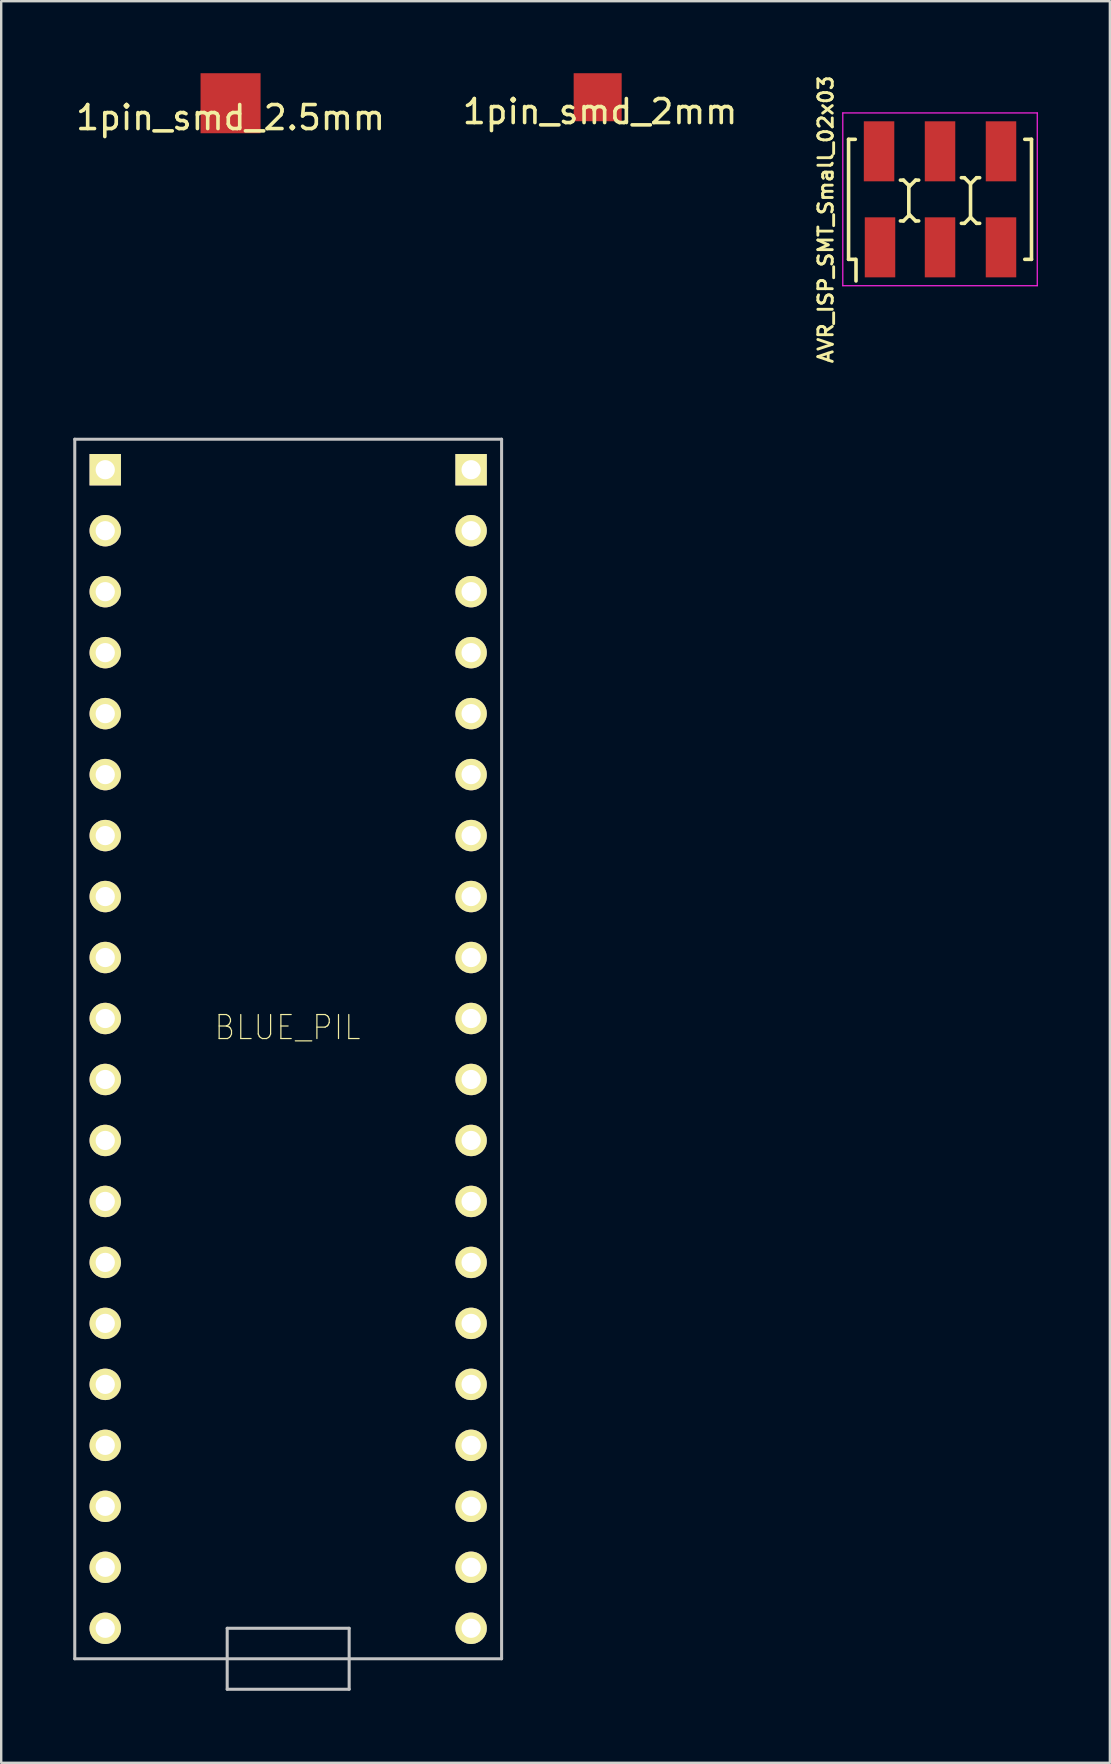
<source format=kicad_pcb>
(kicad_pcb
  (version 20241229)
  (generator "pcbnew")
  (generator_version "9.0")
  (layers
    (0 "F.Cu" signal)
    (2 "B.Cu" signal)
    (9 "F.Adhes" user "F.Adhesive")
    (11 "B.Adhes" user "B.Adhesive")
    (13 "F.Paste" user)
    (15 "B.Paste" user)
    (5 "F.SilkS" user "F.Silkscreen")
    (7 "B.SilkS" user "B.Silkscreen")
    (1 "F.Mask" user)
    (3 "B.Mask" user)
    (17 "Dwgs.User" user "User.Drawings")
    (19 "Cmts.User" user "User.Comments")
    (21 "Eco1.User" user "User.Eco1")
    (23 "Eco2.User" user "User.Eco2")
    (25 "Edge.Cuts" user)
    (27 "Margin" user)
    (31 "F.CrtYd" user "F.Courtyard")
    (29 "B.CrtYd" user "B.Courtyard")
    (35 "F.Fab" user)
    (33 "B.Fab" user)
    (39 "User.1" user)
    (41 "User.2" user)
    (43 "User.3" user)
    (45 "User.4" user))
  (footprint "1pin_smd_2mm"
    (layer "F.Cu")
    (at 21.946 1.1)
    (property "Reference" "1pin_smd_2mm" (at 0 0.5 0) (layer "F.SilkS") (effects (font (size 1 1) (thickness 0.15))))
    (attr through_hole)
    (pad "1" smd rect (at -0.1 -0.1) (size 2 2) (layers "F.Cu" "F.Mask" "F.Paste")))
  (footprint "AVR_ISP_SMT_Small_02x03"
    (layer "F.Cu")
    (at 36.107 5.253)
    (property "Reference" "AVR_ISP_SMT_Small_02x03" (at -4.76 0.838 90) (layer "F.SilkS") (effects (font (size 0.6 0.6) (thickness 0.12))))
    (attr smd)
    (fp_line (start -3.81 -2.5) (end -3.81 2.5) (stroke (width 0.15) (type solid)) (layer "F.SilkS"))
    (fp_line (start -3.81 -2.5) (end -3.53 -2.5) (stroke (width 0.15) (type solid)) (layer "F.SilkS"))
    (fp_line (start -3.81 2.5) (end -3.53 2.5) (stroke (width 0.15) (type solid)) (layer "F.SilkS"))
    (fp_line (start -3.5 2.5) (end -3.5 3.4) (stroke (width 0.15) (type solid)) (layer "F.SilkS"))
    (fp_line (start -1.651 -0.8) (end -1.524 -0.8) (stroke (width 0.15) (type solid)) (layer "F.SilkS"))
    (fp_line (start -1.524 -0.8) (end -1.27 -0.546) (stroke (width 0.15) (type solid)) (layer "F.SilkS"))
    (fp_line (start -1.524 0.9) (end -1.651 0.9) (stroke (width 0.15) (type solid)) (layer "F.SilkS"))
    (fp_line (start -1.3 0.7) (end -1.3 -0.6) (stroke (width 0.15) (type solid)) (layer "F.SilkS"))
    (fp_line (start -1.27 -0.546) (end -1.016 -0.8) (stroke (width 0.15) (type solid)) (layer "F.SilkS"))
    (fp_line (start -1.27 0.646) (end -1.524 0.9) (stroke (width 0.15) (type solid)) (layer "F.SilkS"))
    (fp_line (start -1.016 -0.8) (end -0.889 -0.8) (stroke (width 0.15) (type solid)) (layer "F.SilkS"))
    (fp_line (start -1.016 0.9) (end -1.27 0.646) (stroke (width 0.15) (type solid)) (layer "F.SilkS"))
    (fp_line (start -0.889 0.9) (end -1.016 0.9) (stroke (width 0.15) (type solid)) (layer "F.SilkS"))
    (fp_line (start 0.889 -0.9) (end 1.016 -0.9) (stroke (width 0.15) (type solid)) (layer "F.SilkS"))
    (fp_line (start 1.016 -0.9) (end 1.27 -0.646) (stroke (width 0.15) (type solid)) (layer "F.SilkS"))
    (fp_line (start 1.016 1) (end 0.889 1) (stroke (width 0.15) (type solid)) (layer "F.SilkS"))
    (fp_line (start 1.27 -0.646) (end 1.524 -0.9) (stroke (width 0.15) (type solid)) (layer "F.SilkS"))
    (fp_line (start 1.27 0.7) (end 1.27 -0.602) (stroke (width 0.15) (type solid)) (layer "F.SilkS"))
    (fp_line (start 1.27 0.746) (end 1.016 1) (stroke (width 0.15) (type solid)) (layer "F.SilkS"))
    (fp_line (start 1.524 -0.9) (end 1.651 -0.9) (stroke (width 0.15) (type solid)) (layer "F.SilkS"))
    (fp_line (start 1.524 1) (end 1.27 0.746) (stroke (width 0.15) (type solid)) (layer "F.SilkS"))
    (fp_line (start 1.651 1) (end 1.524 1) (stroke (width 0.15) (type solid)) (layer "F.SilkS"))
    (fp_line (start 3.81 -2.5) (end 3.53 -2.5) (stroke (width 0.15) (type solid)) (layer "F.SilkS"))
    (fp_line (start 3.81 -2.5) (end 3.81 2.5) (stroke (width 0.15) (type solid)) (layer "F.SilkS"))
    (fp_line (start 3.81 2.5) (end 3.53 2.5) (stroke (width 0.15) (type solid)) (layer "F.SilkS"))
    (fp_line (start -4.05 -3.6) (end -4.05 3.6) (stroke (width 0.05) (type solid)) (layer "F.CrtYd"))
    (fp_line (start -4.05 3.6) (end 4.05 3.6) (stroke (width 0.05) (type solid)) (layer "F.CrtYd"))
    (fp_line (start 4.05 -3.6) (end -4.05 -3.6) (stroke (width 0.05) (type solid)) (layer "F.CrtYd"))
    (fp_line (start 4.05 3.6) (end 4.05 -3.6) (stroke (width 0.05) (type solid)) (layer "F.CrtYd"))
    (pad "1" smd rect (at -2.5 2) (size 1.27 2.5) (layers "F.Cu" "F.Mask" "F.Paste"))
    (pad "2" smd rect (at -2.54 -2) (size 1.27 2.5) (layers "F.Cu" "F.Mask" "F.Paste"))
    (pad "3" smd rect (at 0 2) (size 1.27 2.5) (layers "F.Cu" "F.Mask" "F.Paste"))
    (pad "4" smd rect (at 0 -2) (size 1.27 2.5) (layers "F.Cu" "F.Mask" "F.Paste"))
    (pad "5" smd rect (at 2.54 2) (size 1.27 2.5) (layers "F.Cu" "F.Mask" "F.Paste"))
    (pad "6" smd rect (at 2.54 -2) (size 1.27 2.5) (layers "F.Cu" "F.Mask" "F.Paste")))
  (footprint "BLUE_PIL"
    (layer "F.Cu")
    (at 8.954 39.376)
    (property "Reference" "BLUE_PIL" (at -0.025 0.375 0) (layer "F.SilkS") (effects (font (size 1 0.9) (thickness 0.05))))
    (attr through_hole)
    (fp_line (start -8.89 -24.13) (end -8.89 26.67) (stroke (width 0.127) (type solid)) (layer "Dwgs.User"))
    (fp_line (start -8.89 26.67) (end 8.89 26.67) (stroke (width 0.127) (type solid)) (layer "Dwgs.User"))
    (fp_line (start -2.54 25.4) (end 2.54 25.4) (stroke (width 0.127) (type solid)) (layer "Dwgs.User"))
    (fp_line (start -2.54 27.94) (end -2.54 25.4) (stroke (width 0.127) (type solid)) (layer "Dwgs.User"))
    (fp_line (start 2.54 25.4) (end 2.54 27.94) (stroke (width 0.127) (type solid)) (layer "Dwgs.User"))
    (fp_line (start 2.54 27.94) (end -2.54 27.94) (stroke (width 0.127) (type solid)) (layer "Dwgs.User"))
    (fp_line (start 8.89 -24.13) (end -8.89 -24.13) (stroke (width 0.127) (type solid)) (layer "Dwgs.User"))
    (fp_line (start 8.89 26.67) (end 8.89 -24.13) (stroke (width 0.127) (type solid)) (layer "Dwgs.User"))
    (pad "P$1" thru_hole rect (at -7.62 -22.86) (size 1.308 1.308) (drill 0.8) (layers "*.Cu" "*.Mask" "F.SilkS"))
    (pad "P$2" thru_hole circle (at -7.62 -20.32) (size 1.308 1.308) (drill 0.8) (layers "*.Cu" "*.Mask" "F.SilkS"))
    (pad "P$3" thru_hole circle (at -7.62 -17.78) (size 1.308 1.308) (drill 0.8) (layers "*.Cu" "*.Mask" "F.SilkS"))
    (pad "P$4" thru_hole circle (at -7.62 -15.24) (size 1.308 1.308) (drill 0.8) (layers "*.Cu" "*.Mask" "F.SilkS"))
    (pad "P$5" thru_hole circle (at -7.62 -12.7) (size 1.308 1.308) (drill 0.8) (layers "*.Cu" "*.Mask" "F.SilkS"))
    (pad "P$6" thru_hole circle (at -7.62 -10.16) (size 1.308 1.308) (drill 0.8) (layers "*.Cu" "*.Mask" "F.SilkS"))
    (pad "P$7" thru_hole circle (at -7.62 -7.62) (size 1.308 1.308) (drill 0.8) (layers "*.Cu" "*.Mask" "F.SilkS"))
    (pad "P$8" thru_hole circle (at -7.62 -5.08) (size 1.308 1.308) (drill 0.8) (layers "*.Cu" "*.Mask" "F.SilkS"))
    (pad "P$9" thru_hole circle (at -7.62 -2.54) (size 1.308 1.308) (drill 0.8) (layers "*.Cu" "*.Mask" "F.SilkS"))
    (pad "P$10" thru_hole circle (at -7.62 0) (size 1.308 1.308) (drill 0.8) (layers "*.Cu" "*.Mask" "F.SilkS"))
    (pad "P$11" thru_hole circle (at -7.62 2.54) (size 1.308 1.308) (drill 0.8) (layers "*.Cu" "*.Mask" "F.SilkS"))
    (pad "P$12" thru_hole circle (at -7.62 5.08) (size 1.308 1.308) (drill 0.8) (layers "*.Cu" "*.Mask" "F.SilkS"))
    (pad "P$13" thru_hole circle (at -7.62 7.62) (size 1.308 1.308) (drill 0.8) (layers "*.Cu" "*.Mask" "F.SilkS"))
    (pad "P$14" thru_hole circle (at -7.62 10.16) (size 1.308 1.308) (drill 0.8) (layers "*.Cu" "*.Mask" "F.SilkS"))
    (pad "P$15" thru_hole circle (at -7.62 12.7) (size 1.308 1.308) (drill 0.8) (layers "*.Cu" "*.Mask" "F.SilkS"))
    (pad "P$16" thru_hole circle (at -7.62 15.24) (size 1.308 1.308) (drill 0.8) (layers "*.Cu" "*.Mask" "F.SilkS"))
    (pad "P$17" thru_hole circle (at -7.62 17.78) (size 1.308 1.308) (drill 0.8) (layers "*.Cu" "*.Mask" "F.SilkS"))
    (pad "P$18" thru_hole circle (at -7.62 20.32) (size 1.308 1.308) (drill 0.8) (layers "*.Cu" "*.Mask" "F.SilkS"))
    (pad "P$19" thru_hole circle (at -7.62 22.86) (size 1.308 1.308) (drill 0.8) (layers "*.Cu" "*.Mask" "F.SilkS"))
    (pad "P$20" thru_hole circle (at -7.62 25.4) (size 1.308 1.308) (drill 0.8) (layers "*.Cu" "*.Mask" "F.SilkS"))
    (pad "P$21" thru_hole circle (at 7.62 25.4) (size 1.308 1.308) (drill 0.8) (layers "*.Cu" "*.Mask" "F.SilkS"))
    (pad "P$22" thru_hole circle (at 7.62 22.86) (size 1.308 1.308) (drill 0.8) (layers "*.Cu" "*.Mask" "F.SilkS"))
    (pad "P$23" thru_hole circle (at 7.62 20.32) (size 1.308 1.308) (drill 0.8) (layers "*.Cu" "*.Mask" "F.SilkS"))
    (pad "P$24" thru_hole circle (at 7.62 17.78) (size 1.308 1.308) (drill 0.8) (layers "*.Cu" "*.Mask" "F.SilkS"))
    (pad "P$25" thru_hole circle (at 7.62 15.24) (size 1.308 1.308) (drill 0.8) (layers "*.Cu" "*.Mask" "F.SilkS"))
    (pad "P$26" thru_hole circle (at 7.62 12.7) (size 1.308 1.308) (drill 0.8) (layers "*.Cu" "*.Mask" "F.SilkS"))
    (pad "P$27" thru_hole circle (at 7.62 10.16) (size 1.308 1.308) (drill 0.8) (layers "*.Cu" "*.Mask" "F.SilkS"))
    (pad "P$28" thru_hole circle (at 7.62 7.62) (size 1.308 1.308) (drill 0.8) (layers "*.Cu" "*.Mask" "F.SilkS"))
    (pad "P$29" thru_hole circle (at 7.62 5.08) (size 1.308 1.308) (drill 0.8) (layers "*.Cu" "*.Mask" "F.SilkS"))
    (pad "P$30" thru_hole circle (at 7.62 2.54) (size 1.308 1.308) (drill 0.8) (layers "*.Cu" "*.Mask" "F.SilkS"))
    (pad "P$31" thru_hole circle (at 7.62 0) (size 1.308 1.308) (drill 0.8) (layers "*.Cu" "*.Mask" "F.SilkS"))
    (pad "P$32" thru_hole circle (at 7.62 -2.54) (size 1.308 1.308) (drill 0.8) (layers "*.Cu" "*.Mask" "F.SilkS"))
    (pad "P$33" thru_hole circle (at 7.62 -5.08) (size 1.308 1.308) (drill 0.8) (layers "*.Cu" "*.Mask" "F.SilkS"))
    (pad "P$34" thru_hole circle (at 7.62 -7.62) (size 1.308 1.308) (drill 0.8) (layers "*.Cu" "*.Mask" "F.SilkS"))
    (pad "P$35" thru_hole circle (at 7.62 -10.16) (size 1.308 1.308) (drill 0.8) (layers "*.Cu" "*.Mask" "F.SilkS"))
    (pad "P$36" thru_hole circle (at 7.62 -12.7) (size 1.308 1.308) (drill 0.8) (layers "*.Cu" "*.Mask" "F.SilkS"))
    (pad "P$37" thru_hole circle (at 7.62 -15.24) (size 1.308 1.308) (drill 0.8) (layers "*.Cu" "*.Mask" "F.SilkS"))
    (pad "P$38" thru_hole circle (at 7.62 -17.78) (size 1.308 1.308) (drill 0.8) (layers "*.Cu" "*.Mask" "F.SilkS"))
    (pad "P$39" thru_hole circle (at 7.62 -20.32) (size 1.308 1.308) (drill 0.8) (layers "*.Cu" "*.Mask" "F.SilkS"))
    (pad "P$40" thru_hole rect (at 7.62 -22.86) (size 1.308 1.308) (drill 0.8) (layers "*.Cu" "*.Mask" "F.SilkS")))
  (footprint "1pin_smd_2.5mm"
    (layer "F.Cu")
    (at 6.554 1.35)
    (property "Reference" "1pin_smd_2.5mm" (at 0 0.5 0) (layer "F.SilkS") (effects (font (size 1 1) (thickness 0.15))))
    (attr through_hole)
    (pad "1" smd rect (at 0 -0.1) (size 2.5 2.5) (layers "F.Cu" "F.Mask" "F.Paste")))
  (gr_rect
    (start -3 -3)
    (end 43.182 70.38)
    (stroke (width 0.1) (type default))
    (fill no)
    (layer "Edge.Cuts")))
</source>
